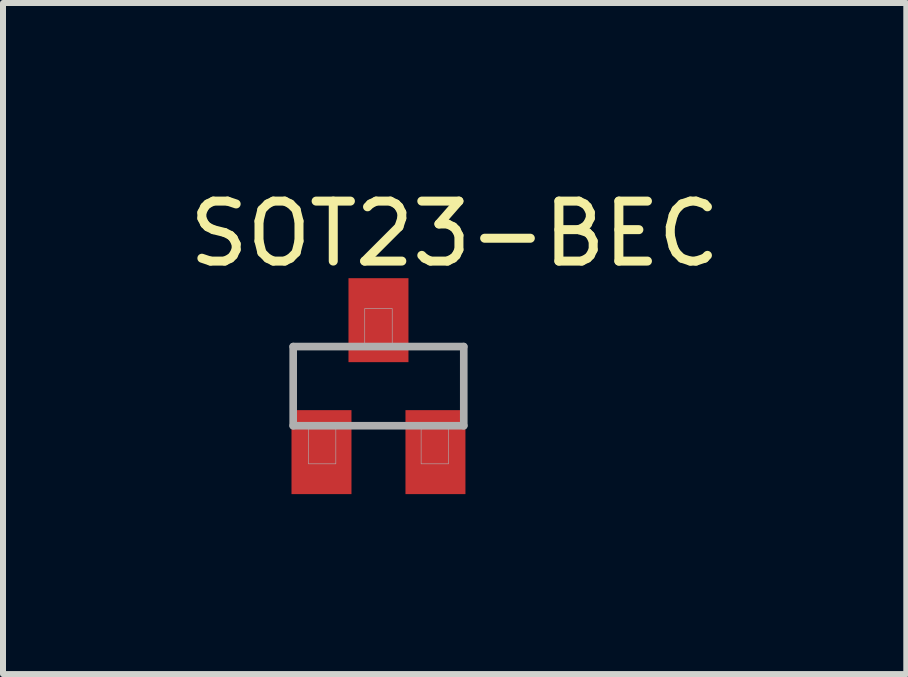
<source format=kicad_pcb>
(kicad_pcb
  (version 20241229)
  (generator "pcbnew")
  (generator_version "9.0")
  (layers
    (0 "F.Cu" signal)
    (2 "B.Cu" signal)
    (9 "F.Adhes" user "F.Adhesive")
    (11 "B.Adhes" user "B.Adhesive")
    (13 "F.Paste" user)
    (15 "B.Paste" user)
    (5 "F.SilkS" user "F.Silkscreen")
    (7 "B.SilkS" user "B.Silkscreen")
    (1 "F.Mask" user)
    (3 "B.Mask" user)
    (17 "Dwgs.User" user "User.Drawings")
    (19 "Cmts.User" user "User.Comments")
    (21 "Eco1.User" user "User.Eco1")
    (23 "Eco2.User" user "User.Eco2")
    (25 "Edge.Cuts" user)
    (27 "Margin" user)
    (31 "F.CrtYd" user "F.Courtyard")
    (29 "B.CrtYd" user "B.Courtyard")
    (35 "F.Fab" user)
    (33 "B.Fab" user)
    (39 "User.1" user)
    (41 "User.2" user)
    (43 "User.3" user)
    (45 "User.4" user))
  (footprint "SOT23-BEC"
    (layer "F.Cu")
    (at 3.26 3.388)
    (property "Reference" "SOT23-BEC" (at 1.27 -2.54 0) (layer "F.SilkS") (effects (font (size 1 1) (thickness 0.15))))
    (attr smd)
    (fp_line (start -1.422 -0.66) (end 1.422 -0.66) (stroke (width 0.127) (type solid)) (layer "F.Fab"))
    (fp_line (start -1.422 0.66) (end -1.422 -0.66) (stroke (width 0.127) (type solid)) (layer "F.Fab"))
    (fp_line (start 1.422 -0.66) (end 1.422 0.66) (stroke (width 0.127) (type solid)) (layer "F.Fab"))
    (fp_line (start 1.422 0.66) (end -1.422 0.66) (stroke (width 0.127) (type solid)) (layer "F.Fab"))
    (fp_poly (pts (xy -1.168 0.711) (xy -0.711 0.711) (xy -0.711 1.295) (xy -1.168 1.295)) (stroke (width 0.01) (type solid)) (fill no) (layer "F.Fab"))
    (fp_poly (pts (xy -0.229 -1.295) (xy 0.229 -1.295) (xy 0.229 -0.711) (xy -0.229 -0.711)) (stroke (width 0.01) (type solid)) (fill no) (layer "F.Fab"))
    (fp_poly (pts (xy 0.711 0.711) (xy 1.168 0.711) (xy 1.168 1.295) (xy 0.711 1.295)) (stroke (width 0.01) (type solid)) (fill no) (layer "F.Fab"))
    (pad "B" smd rect (at -0.95 1.1) (size 1 1.4) (layers "F.Cu" "F.Mask" "F.Paste"))
    (pad "C" smd rect (at 0 -1.1) (size 1 1.4) (layers "F.Cu" "F.Mask" "F.Paste"))
    (pad "E" smd rect (at 0.95 1.1) (size 1 1.4) (layers "F.Cu" "F.Mask" "F.Paste")))
  (gr_rect
    (start -3 -3)
    (end 12.06 8.188)
    (stroke (width 0.1) (type default))
    (fill no)
    (layer "Edge.Cuts")))
</source>
